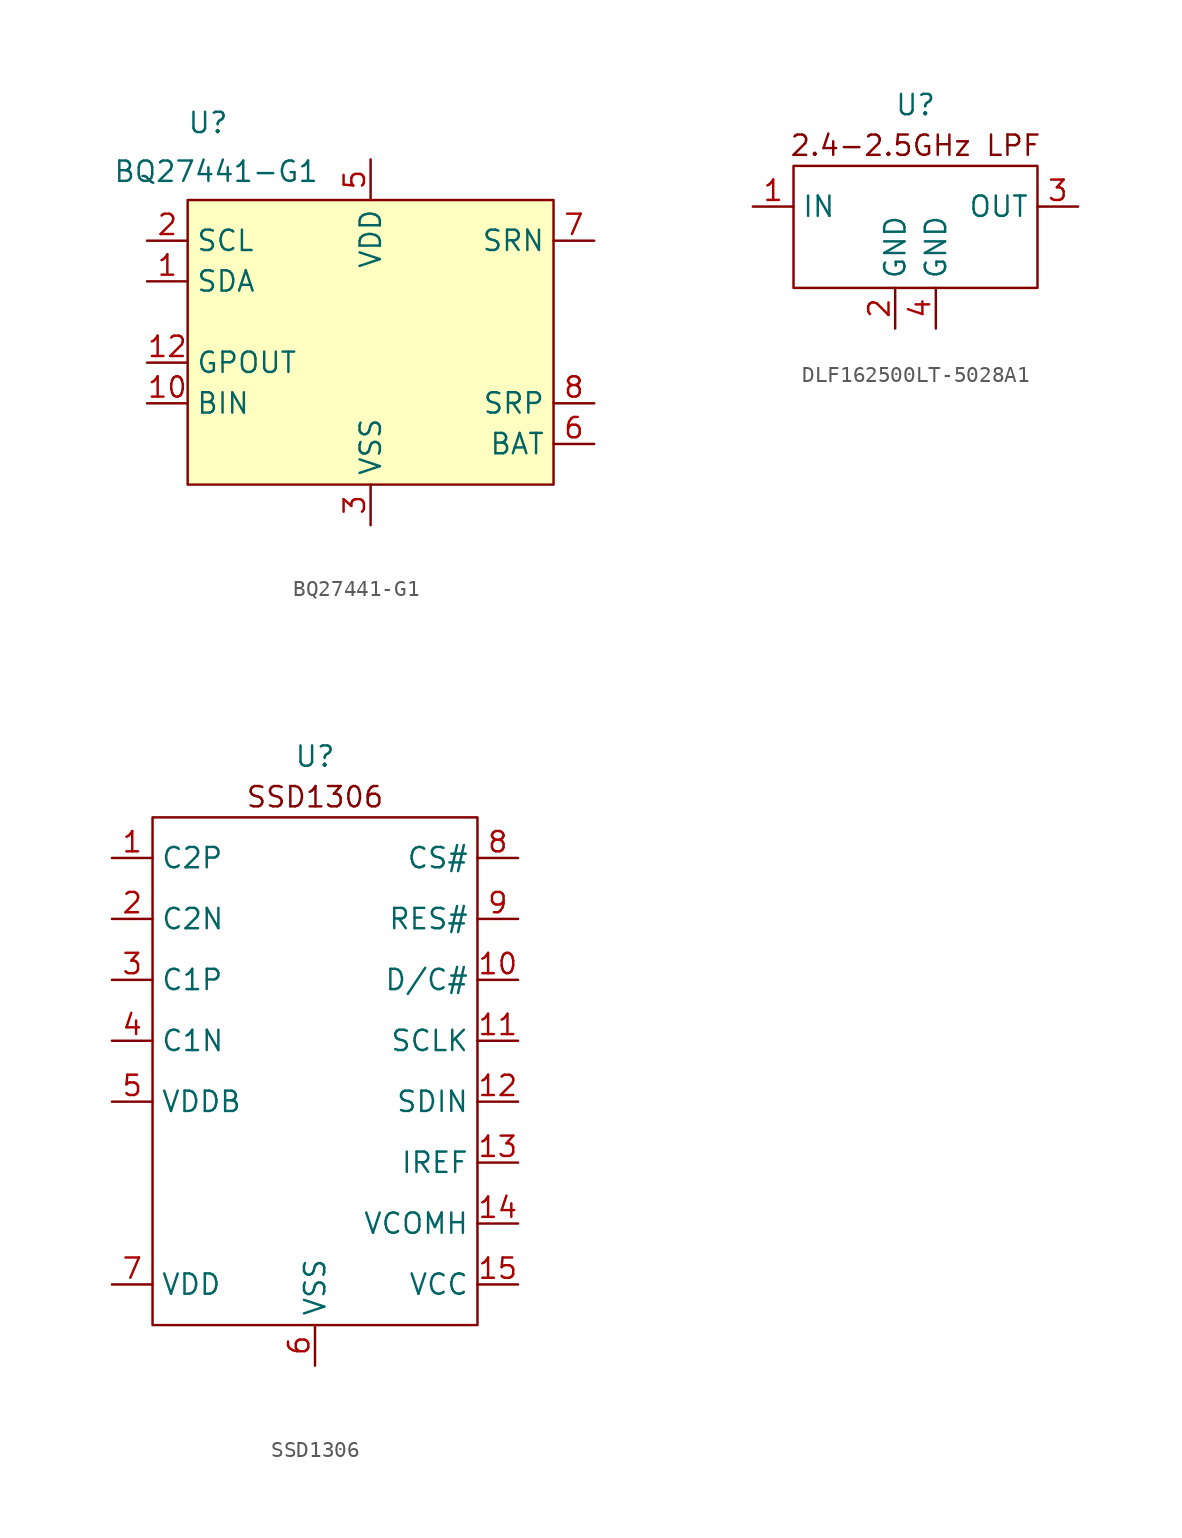
<source format=kicad_sym>
(kicad_symbol_lib
  (version 20231120)
  (generator "kicad_symbol_editor")
  (generator_version "8.0")
  (symbol "BQ27441-G1"
    (property "Reference" "U"
      (at -10.16 11.176 0)
      (effects (font (size 1.27 1.27))))
    (property "Value" "BQ27441-G1"
      (at -9.652 8.128 0)
      (effects (font (size 1.27 1.27))))
    (symbol "BQ27441-G1_1_1"
      (rectangle (start -11.43 6.35) (end 11.43 -11.43) (stroke (width 0) (type default)) (fill (type background)))
      (pin bidirectional line (at -13.97 1.27 0) (length 2.54) (name "SDA" (effects (font (size 1.27 1.27)))) (number "1" (effects (font (size 1.27 1.27)))))
      (pin input line (at -13.97 -6.35 0) (length 2.54) (name "BIN" (effects (font (size 1.27 1.27)))) (number "10" (effects (font (size 1.27 1.27)))))
      (pin output line (at -13.97 -3.81 0) (length 2.54) (name "GPOUT" (effects (font (size 1.27 1.27)))) (number "12" (effects (font (size 1.27 1.27)))))
      (pin bidirectional line (at -13.97 3.81 0) (length 2.54) (name "SCL" (effects (font (size 1.27 1.27)))) (number "2" (effects (font (size 1.27 1.27)))))
      (pin power_in line (at 0 -13.97 90) (length 2.54) (name "VSS" (effects (font (size 1.27 1.27)))) (number "3" (effects (font (size 1.27 1.27)))))
      (pin power_out line (at 0 8.89 270) (length 2.54) (name "VDD" (effects (font (size 1.27 1.27)))) (number "5" (effects (font (size 1.27 1.27)))))
      (pin power_in line (at 13.97 -8.89 180) (length 2.54) (name "BAT" (effects (font (size 1.27 1.27)))) (number "6" (effects (font (size 1.27 1.27)))))
      (pin input line (at 13.97 3.81 180) (length 2.54) (name "SRN" (effects (font (size 1.27 1.27)))) (number "7" (effects (font (size 1.27 1.27)))))
      (pin input line (at 13.97 -6.35 180) (length 2.54) (name "SRP" (effects (font (size 1.27 1.27)))) (number "8" (effects (font (size 1.27 1.27)))))))
  (symbol "DLF162500LT-5028A1"
    (property "Reference" "U"
      (at 0 6.35 0)
      (effects (font (size 1.27 1.27))))
    (property "Value" ""
      (at 0 0 0)
      (effects (font (size 1.27 1.27))))
    (symbol "DLF162500LT-5028A1_0_0"
      (pin passive line (at -10.16 0 0) (length 2.54) (name "IN" (effects (font (size 1.27 1.27)))) (number "1" (effects (font (size 1.27 1.27)))))
      (pin power_in line (at -1.27 -7.62 90) (length 2.54) (name "GND" (effects (font (size 1.27 1.27)))) (number "2" (effects (font (size 1.27 1.27)))))
      (pin passive line (at 10.16 0 180) (length 2.54) (name "OUT" (effects (font (size 1.27 1.27)))) (number "3" (effects (font (size 1.27 1.27)))))
      (pin power_in line (at 1.27 -7.62 90) (length 2.54) (name "GND" (effects (font (size 1.27 1.27)))) (number "4" (effects (font (size 1.27 1.27))))))
    (symbol "DLF162500LT-5028A1_0_1"
      (rectangle (start -7.62 2.54) (end 7.62 -5.08) (stroke (width 0) (type default)) (fill (type none))))
    (symbol "DLF162500LT-5028A1_1_1"
      (text "2.4-2.5GHz LPF" (at 0 3.81 0) (effects (font (size 1.27 1.27))))))
  (symbol "SSD1306"
    (property "Reference" "U"
      (at 0 21.59 0)
      (effects (font (size 1.27 1.27))))
    (property "Value" ""
      (at -5.08 6.35 0)
      (effects (font (size 1.27 1.27))))
    (symbol "SSD1306_0_1"
      (rectangle (start -10.16 -13.97) (end 10.16 17.78) (stroke (width 0) (type default)) (fill (type none))))
    (symbol "SSD1306_1_1"
      (text "SSD1306" (at 0 19.05 0) (effects (font (size 1.27 1.27))))
      (pin input line (at -12.7 15.24 0) (length 2.54) (name "C2P" (effects (font (size 1.27 1.27)))) (number "1" (effects (font (size 1.27 1.27)))))
      (pin input line (at 12.7 7.62 180) (length 2.54) (name "D/C#" (effects (font (size 1.27 1.27)))) (number "10" (effects (font (size 1.27 1.27)))))
      (pin input line (at 12.7 3.81 180) (length 2.54) (name "SCLK" (effects (font (size 1.27 1.27)))) (number "11" (effects (font (size 1.27 1.27)))))
      (pin input line (at 12.7 0 180) (length 2.54) (name "SDIN" (effects (font (size 1.27 1.27)))) (number "12" (effects (font (size 1.27 1.27)))))
      (pin input line (at 12.7 -3.81 180) (length 2.54) (name "IREF" (effects (font (size 1.27 1.27)))) (number "13" (effects (font (size 1.27 1.27)))))
      (pin output line (at 12.7 -7.62 180) (length 2.54) (name "VCOMH" (effects (font (size 1.27 1.27)))) (number "14" (effects (font (size 1.27 1.27)))))
      (pin power_in line (at 12.7 -11.43 180) (length 2.54) (name "VCC" (effects (font (size 1.27 1.27)))) (number "15" (effects (font (size 1.27 1.27)))))
      (pin input line (at -12.7 11.43 0) (length 2.54) (name "C2N" (effects (font (size 1.27 1.27)))) (number "2" (effects (font (size 1.27 1.27)))))
      (pin input line (at -12.7 7.62 0) (length 2.54) (name "C1P" (effects (font (size 1.27 1.27)))) (number "3" (effects (font (size 1.27 1.27)))))
      (pin input line (at -12.7 3.81 0) (length 2.54) (name "C1N" (effects (font (size 1.27 1.27)))) (number "4" (effects (font (size 1.27 1.27)))))
      (pin power_in line (at -12.7 0 0) (length 2.54) (name "VDDB" (effects (font (size 1.27 1.27)))) (number "5" (effects (font (size 1.27 1.27)))))
      (pin power_in line (at 0 -16.51 90) (length 2.54) (name "VSS" (effects (font (size 1.27 1.27)))) (number "6" (effects (font (size 1.27 1.27)))))
      (pin power_in line (at -12.7 -11.43 0) (length 2.54) (name "VDD" (effects (font (size 1.27 1.27)))) (number "7" (effects (font (size 1.27 1.27)))))
      (pin input line (at 12.7 15.24 180) (length 2.54) (name "CS#" (effects (font (size 1.27 1.27)))) (number "8" (effects (font (size 1.27 1.27)))))
      (pin input line (at 12.7 11.43 180) (length 2.54) (name "RES#" (effects (font (size 1.27 1.27)))) (number "9" (effects (font (size 1.27 1.27))))))))
</source>
